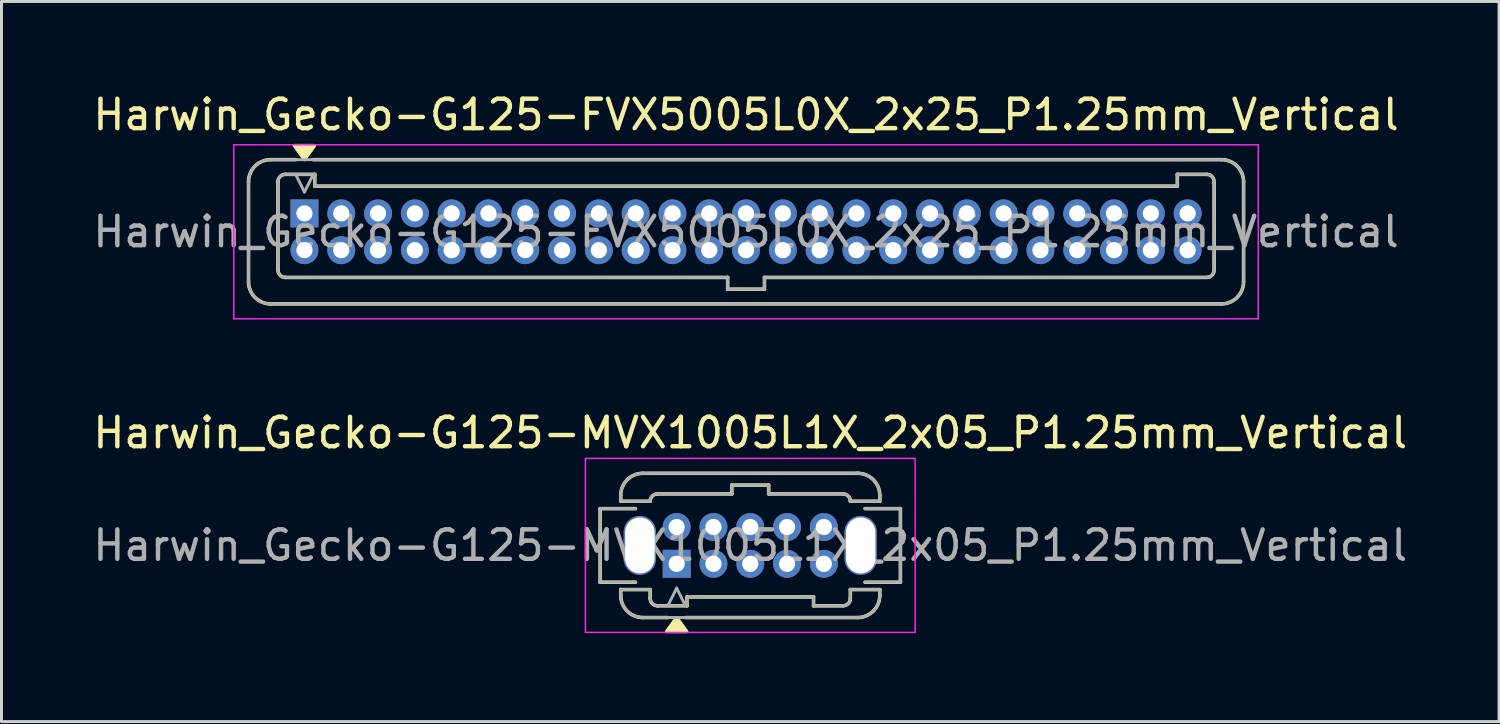
<source format=kicad_pcb>
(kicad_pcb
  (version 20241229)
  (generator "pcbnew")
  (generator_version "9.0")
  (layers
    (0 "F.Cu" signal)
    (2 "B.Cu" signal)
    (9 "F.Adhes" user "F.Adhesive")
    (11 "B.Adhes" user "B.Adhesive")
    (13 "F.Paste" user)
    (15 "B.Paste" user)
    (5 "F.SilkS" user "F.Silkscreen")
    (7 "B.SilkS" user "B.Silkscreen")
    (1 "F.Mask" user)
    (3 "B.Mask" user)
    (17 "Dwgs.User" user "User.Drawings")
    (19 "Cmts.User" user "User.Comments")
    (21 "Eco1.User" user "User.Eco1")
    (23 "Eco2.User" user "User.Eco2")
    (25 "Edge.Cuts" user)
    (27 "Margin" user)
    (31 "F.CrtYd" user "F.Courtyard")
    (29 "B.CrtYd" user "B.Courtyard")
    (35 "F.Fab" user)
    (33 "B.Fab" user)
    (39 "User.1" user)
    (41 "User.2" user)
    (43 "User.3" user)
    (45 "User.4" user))
  (footprint "Harwin_Gecko-G125-FVX5005L0X_2x25_P1.25mm_Vertical"
    (layer "F.Cu")
    (at 7.292 4.198)
    (property "Reference" "Harwin_Gecko-G125-FVX5005L0X_2x25_P1.25mm_Vertical" (at 15 -3.35 0) (layer "F.SilkS") (effects (font (size 1 1) (thickness 0.15))))
    (attr through_hole)
    (fp_line (start -1.9 -1.075) (end -1.9 2.325) (stroke (width 0.12) (type solid)) (layer "F.SilkS"))
    (fp_line (start -1.15 -1.825) (end -0.3 -1.825) (stroke (width 0.12) (type solid)) (layer "F.SilkS"))
    (fp_line (start -1.15 3.075) (end 31.15 3.075) (stroke (width 0.12) (type solid)) (layer "F.SilkS"))
    (fp_line (start -0.9 -1.075) (end -0.9 1.925) (stroke (width 0.12) (type solid)) (layer "F.SilkS"))
    (fp_line (start -0.65 -1.325) (end 0.35 -1.325) (stroke (width 0.12) (type solid)) (layer "F.SilkS"))
    (fp_line (start -0.65 2.175) (end 14.375 2.175) (stroke (width 0.12) (type solid)) (layer "F.SilkS"))
    (fp_line (start 0.3 -1.825) (end 31.15 -1.825) (stroke (width 0.12) (type solid)) (layer "F.SilkS"))
    (fp_line (start 0.35 -1.325) (end 0.35 -0.925) (stroke (width 0.12) (type solid)) (layer "F.SilkS"))
    (fp_line (start 0.35 -0.925) (end 29.65 -0.925) (stroke (width 0.12) (type solid)) (layer "F.SilkS"))
    (fp_line (start 14.375 2.175) (end 14.375 2.575) (stroke (width 0.12) (type solid)) (layer "F.SilkS"))
    (fp_line (start 14.375 2.575) (end 15.625 2.575) (stroke (width 0.12) (type solid)) (layer "F.SilkS"))
    (fp_line (start 15.625 2.175) (end 30.65 2.175) (stroke (width 0.12) (type solid)) (layer "F.SilkS"))
    (fp_line (start 15.625 2.575) (end 15.625 2.175) (stroke (width 0.12) (type solid)) (layer "F.SilkS"))
    (fp_line (start 29.65 -1.325) (end 30.65 -1.325) (stroke (width 0.12) (type solid)) (layer "F.SilkS"))
    (fp_line (start 29.65 -0.925) (end 29.65 -1.325) (stroke (width 0.12) (type solid)) (layer "F.SilkS"))
    (fp_line (start 30.9 -1.075) (end 30.9 1.925) (stroke (width 0.12) (type solid)) (layer "F.SilkS"))
    (fp_line (start 31.9 -1.075) (end 31.9 2.325) (stroke (width 0.12) (type solid)) (layer "F.SilkS"))
    (fp_arc (start -1.9 -1.075) (mid -1.68033 -1.60533) (end -1.15 -1.825) (stroke (width 0.12) (type solid)) (layer "F.SilkS"))
    (fp_arc (start -1.15 3.075) (mid -1.68033 2.85533) (end -1.9 2.325) (stroke (width 0.12) (type solid)) (layer "F.SilkS"))
    (fp_arc (start -0.9 -1.075) (mid -0.826777 -1.251777) (end -0.65 -1.325) (stroke (width 0.12) (type solid)) (layer "F.SilkS"))
    (fp_arc (start -0.65 2.175) (mid -0.826777 2.101777) (end -0.9 1.925) (stroke (width 0.12) (type solid)) (layer "F.SilkS"))
    (fp_arc (start 30.65 -1.325) (mid 30.826777 -1.251777) (end 30.9 -1.075) (stroke (width 0.12) (type solid)) (layer "F.SilkS"))
    (fp_arc (start 30.9 1.925) (mid 30.826777 2.101777) (end 30.65 2.175) (stroke (width 0.12) (type solid)) (layer "F.SilkS"))
    (fp_arc (start 31.15 -1.825) (mid 31.68033 -1.60533) (end 31.9 -1.075) (stroke (width 0.12) (type solid)) (layer "F.SilkS"))
    (fp_arc (start 31.9 2.325) (mid 31.68033 2.85533) (end 31.15 3.075) (stroke (width 0.12) (type solid)) (layer "F.SilkS"))
    (fp_poly (pts (xy 0 -1.83) (xy -0.34 -2.3) (xy 0.34 -2.3) (xy 0 -1.83)) (stroke (width 0.12) (type solid)) (fill yes) (layer "F.SilkS"))
    (fp_line (start -2.4 -2.33) (end -2.4 3.58) (stroke (width 0.05) (type solid)) (layer "F.CrtYd"))
    (fp_line (start -2.4 3.58) (end 32.4 3.58) (stroke (width 0.05) (type solid)) (layer "F.CrtYd"))
    (fp_line (start 32.4 -2.33) (end -2.4 -2.33) (stroke (width 0.05) (type solid)) (layer "F.CrtYd"))
    (fp_line (start 32.4 3.58) (end 32.4 -2.33) (stroke (width 0.05) (type solid)) (layer "F.CrtYd"))
    (fp_line (start -1.9 -1.075) (end -1.9 2.325) (stroke (width 0.1) (type solid)) (layer "F.Fab"))
    (fp_line (start -1.15 -1.825) (end 31.15 -1.825) (stroke (width 0.1) (type solid)) (layer "F.Fab"))
    (fp_line (start -1.15 3.075) (end 31.15 3.075) (stroke (width 0.1) (type solid)) (layer "F.Fab"))
    (fp_line (start -0.9 -1.075) (end -0.9 1.925) (stroke (width 0.1) (type solid)) (layer "F.Fab"))
    (fp_line (start -0.65 -1.325) (end 0.35 -1.325) (stroke (width 0.1) (type solid)) (layer "F.Fab"))
    (fp_line (start -0.65 2.175) (end 14.375 2.175) (stroke (width 0.1) (type solid)) (layer "F.Fab"))
    (fp_line (start 0 -0.725) (end -0.3 -1.325) (stroke (width 0.1) (type solid)) (layer "F.Fab"))
    (fp_line (start 0.3 -1.325) (end 0 -0.725) (stroke (width 0.1) (type solid)) (layer "F.Fab"))
    (fp_line (start 0.35 -1.325) (end 0.35 -0.925) (stroke (width 0.1) (type solid)) (layer "F.Fab"))
    (fp_line (start 0.35 -0.925) (end 29.65 -0.925) (stroke (width 0.1) (type solid)) (layer "F.Fab"))
    (fp_line (start 14.375 2.175) (end 14.375 2.575) (stroke (width 0.1) (type solid)) (layer "F.Fab"))
    (fp_line (start 14.375 2.575) (end 15.625 2.575) (stroke (width 0.1) (type solid)) (layer "F.Fab"))
    (fp_line (start 15.625 2.175) (end 30.65 2.175) (stroke (width 0.1) (type solid)) (layer "F.Fab"))
    (fp_line (start 15.625 2.575) (end 15.625 2.175) (stroke (width 0.1) (type solid)) (layer "F.Fab"))
    (fp_line (start 29.65 -1.325) (end 30.65 -1.325) (stroke (width 0.1) (type solid)) (layer "F.Fab"))
    (fp_line (start 29.65 -0.925) (end 29.65 -1.325) (stroke (width 0.1) (type solid)) (layer "F.Fab"))
    (fp_line (start 30.9 -1.075) (end 30.9 1.925) (stroke (width 0.1) (type solid)) (layer "F.Fab"))
    (fp_line (start 31.9 -1.075) (end 31.9 2.325) (stroke (width 0.1) (type solid)) (layer "F.Fab"))
    (fp_arc (start -1.9 -1.075) (mid -1.68033 -1.60533) (end -1.15 -1.825) (stroke (width 0.1) (type solid)) (layer "F.Fab"))
    (fp_arc (start -1.15 3.075) (mid -1.68033 2.85533) (end -1.9 2.325) (stroke (width 0.1) (type solid)) (layer "F.Fab"))
    (fp_arc (start -0.9 -1.075) (mid -0.826777 -1.251777) (end -0.65 -1.325) (stroke (width 0.1) (type solid)) (layer "F.Fab"))
    (fp_arc (start -0.65 2.175) (mid -0.826777 2.101777) (end -0.9 1.925) (stroke (width 0.1) (type solid)) (layer "F.Fab"))
    (fp_arc (start 30.65 -1.325) (mid 30.826777 -1.251777) (end 30.9 -1.075) (stroke (width 0.1) (type solid)) (layer "F.Fab"))
    (fp_arc (start 30.9 1.925) (mid 30.826777 2.101777) (end 30.65 2.175) (stroke (width 0.1) (type solid)) (layer "F.Fab"))
    (fp_arc (start 31.15 -1.825) (mid 31.68033 -1.60533) (end 31.9 -1.075) (stroke (width 0.1) (type solid)) (layer "F.Fab"))
    (fp_arc (start 31.9 2.325) (mid 31.68033 2.85533) (end 31.15 3.075) (stroke (width 0.1) (type solid)) (layer "F.Fab"))
    (fp_text user "${REFERENCE}" (at 15 0.625 0) (layer "F.Fab") (effects (font (size 1 1) (thickness 0.15))))
    (pad "1" thru_hole rect (at 0 0) (size 0.95 0.95) (drill 0.55) (layers "*.Cu" "*.Mask"))
    (pad "2" thru_hole circle (at 1.25 0) (size 0.95 0.95) (drill 0.55) (layers "*.Cu" "*.Mask"))
    (pad "3" thru_hole circle (at 2.5 0) (size 0.95 0.95) (drill 0.55) (layers "*.Cu" "*.Mask"))
    (pad "4" thru_hole circle (at 3.75 0) (size 0.95 0.95) (drill 0.55) (layers "*.Cu" "*.Mask"))
    (pad "5" thru_hole circle (at 5 0) (size 0.95 0.95) (drill 0.55) (layers "*.Cu" "*.Mask"))
    (pad "6" thru_hole circle (at 6.25 0) (size 0.95 0.95) (drill 0.55) (layers "*.Cu" "*.Mask"))
    (pad "7" thru_hole circle (at 7.5 0) (size 0.95 0.95) (drill 0.55) (layers "*.Cu" "*.Mask"))
    (pad "8" thru_hole circle (at 8.75 0) (size 0.95 0.95) (drill 0.55) (layers "*.Cu" "*.Mask"))
    (pad "9" thru_hole circle (at 10 0) (size 0.95 0.95) (drill 0.55) (layers "*.Cu" "*.Mask"))
    (pad "10" thru_hole circle (at 11.25 0) (size 0.95 0.95) (drill 0.55) (layers "*.Cu" "*.Mask"))
    (pad "11" thru_hole circle (at 12.5 0) (size 0.95 0.95) (drill 0.55) (layers "*.Cu" "*.Mask"))
    (pad "12" thru_hole circle (at 13.75 0) (size 0.95 0.95) (drill 0.55) (layers "*.Cu" "*.Mask"))
    (pad "13" thru_hole circle (at 15 0) (size 0.95 0.95) (drill 0.55) (layers "*.Cu" "*.Mask"))
    (pad "14" thru_hole circle (at 16.25 0) (size 0.95 0.95) (drill 0.55) (layers "*.Cu" "*.Mask"))
    (pad "15" thru_hole circle (at 17.5 0) (size 0.95 0.95) (drill 0.55) (layers "*.Cu" "*.Mask"))
    (pad "16" thru_hole circle (at 18.75 0) (size 0.95 0.95) (drill 0.55) (layers "*.Cu" "*.Mask"))
    (pad "17" thru_hole circle (at 20 0) (size 0.95 0.95) (drill 0.55) (layers "*.Cu" "*.Mask"))
    (pad "18" thru_hole circle (at 21.25 0) (size 0.95 0.95) (drill 0.55) (layers "*.Cu" "*.Mask"))
    (pad "19" thru_hole circle (at 22.5 0) (size 0.95 0.95) (drill 0.55) (layers "*.Cu" "*.Mask"))
    (pad "20" thru_hole circle (at 23.75 0) (size 0.95 0.95) (drill 0.55) (layers "*.Cu" "*.Mask"))
    (pad "21" thru_hole circle (at 25 0) (size 0.95 0.95) (drill 0.55) (layers "*.Cu" "*.Mask"))
    (pad "22" thru_hole circle (at 26.25 0) (size 0.95 0.95) (drill 0.55) (layers "*.Cu" "*.Mask"))
    (pad "23" thru_hole circle (at 27.5 0) (size 0.95 0.95) (drill 0.55) (layers "*.Cu" "*.Mask"))
    (pad "24" thru_hole circle (at 28.75 0) (size 0.95 0.95) (drill 0.55) (layers "*.Cu" "*.Mask"))
    (pad "25" thru_hole circle (at 30 0) (size 0.95 0.95) (drill 0.55) (layers "*.Cu" "*.Mask"))
    (pad "26" thru_hole circle (at 0 1.25) (size 0.95 0.95) (drill 0.55) (layers "*.Cu" "*.Mask"))
    (pad "27" thru_hole circle (at 1.25 1.25) (size 0.95 0.95) (drill 0.55) (layers "*.Cu" "*.Mask"))
    (pad "28" thru_hole circle (at 2.5 1.25) (size 0.95 0.95) (drill 0.55) (layers "*.Cu" "*.Mask"))
    (pad "29" thru_hole circle (at 3.75 1.25) (size 0.95 0.95) (drill 0.55) (layers "*.Cu" "*.Mask"))
    (pad "30" thru_hole circle (at 5 1.25) (size 0.95 0.95) (drill 0.55) (layers "*.Cu" "*.Mask"))
    (pad "31" thru_hole circle (at 6.25 1.25) (size 0.95 0.95) (drill 0.55) (layers "*.Cu" "*.Mask"))
    (pad "32" thru_hole circle (at 7.5 1.25) (size 0.95 0.95) (drill 0.55) (layers "*.Cu" "*.Mask"))
    (pad "33" thru_hole circle (at 8.75 1.25) (size 0.95 0.95) (drill 0.55) (layers "*.Cu" "*.Mask"))
    (pad "34" thru_hole circle (at 10 1.25) (size 0.95 0.95) (drill 0.55) (layers "*.Cu" "*.Mask"))
    (pad "35" thru_hole circle (at 11.25 1.25) (size 0.95 0.95) (drill 0.55) (layers "*.Cu" "*.Mask"))
    (pad "36" thru_hole circle (at 12.5 1.25) (size 0.95 0.95) (drill 0.55) (layers "*.Cu" "*.Mask"))
    (pad "37" thru_hole circle (at 13.75 1.25) (size 0.95 0.95) (drill 0.55) (layers "*.Cu" "*.Mask"))
    (pad "38" thru_hole circle (at 15 1.25) (size 0.95 0.95) (drill 0.55) (layers "*.Cu" "*.Mask"))
    (pad "39" thru_hole circle (at 16.25 1.25) (size 0.95 0.95) (drill 0.55) (layers "*.Cu" "*.Mask"))
    (pad "40" thru_hole circle (at 17.5 1.25) (size 0.95 0.95) (drill 0.55) (layers "*.Cu" "*.Mask"))
    (pad "41" thru_hole circle (at 18.75 1.25) (size 0.95 0.95) (drill 0.55) (layers "*.Cu" "*.Mask"))
    (pad "42" thru_hole circle (at 20 1.25) (size 0.95 0.95) (drill 0.55) (layers "*.Cu" "*.Mask"))
    (pad "43" thru_hole circle (at 21.25 1.25) (size 0.95 0.95) (drill 0.55) (layers "*.Cu" "*.Mask"))
    (pad "44" thru_hole circle (at 22.5 1.25) (size 0.95 0.95) (drill 0.55) (layers "*.Cu" "*.Mask"))
    (pad "45" thru_hole circle (at 23.75 1.25) (size 0.95 0.95) (drill 0.55) (layers "*.Cu" "*.Mask"))
    (pad "46" thru_hole circle (at 25 1.25) (size 0.95 0.95) (drill 0.55) (layers "*.Cu" "*.Mask"))
    (pad "47" thru_hole circle (at 26.25 1.25) (size 0.95 0.95) (drill 0.55) (layers "*.Cu" "*.Mask"))
    (pad "48" thru_hole circle (at 27.5 1.25) (size 0.95 0.95) (drill 0.55) (layers "*.Cu" "*.Mask"))
    (pad "49" thru_hole circle (at 28.75 1.25) (size 0.95 0.95) (drill 0.55) (layers "*.Cu" "*.Mask"))
    (pad "50" thru_hole circle (at 30 1.25) (size 0.95 0.95) (drill 0.55) (layers "*.Cu" "*.Mask")))
  (footprint "Harwin_Gecko-G125-MVX1005L1X_2x05_P1.25mm_Vertical"
    (layer "F.Cu")
    (at 19.935 16.102)
    (property "Reference" "Harwin_Gecko-G125-MVX1005L1X_2x05_P1.25mm_Vertical" (at 2.5 -4.45 0) (layer "F.SilkS") (effects (font (size 1 1) (thickness 0.15))))
    (attr through_hole)
    (fp_line (start -2.6 -1.875) (end -2.6 0.625) (stroke (width 0.12) (type solid)) (layer "F.SilkS"))
    (fp_line (start -2.6 0.625) (end -1.4 0.625) (stroke (width 0.12) (type solid)) (layer "F.SilkS"))
    (fp_line (start -1.9 -2.325) (end -1.9 -2.125) (stroke (width 0.12) (type solid)) (layer "F.SilkS"))
    (fp_line (start -1.9 -2.125) (end -0.9 -2.125) (stroke (width 0.12) (type solid)) (layer "F.SilkS"))
    (fp_line (start -1.9 0.875) (end -0.9 0.875) (stroke (width 0.12) (type solid)) (layer "F.SilkS"))
    (fp_line (start -1.9 1.075) (end -1.9 0.875) (stroke (width 0.12) (type solid)) (layer "F.SilkS"))
    (fp_line (start -1.4 -1.875) (end -2.6 -1.875) (stroke (width 0.12) (type solid)) (layer "F.SilkS"))
    (fp_line (start -1.15 -3.075) (end 6.15 -3.075) (stroke (width 0.12) (type solid)) (layer "F.SilkS"))
    (fp_line (start -1.15 1.825) (end -0.3 1.825) (stroke (width 0.12) (type solid)) (layer "F.SilkS"))
    (fp_line (start -0.9 1.175) (end -0.9 0.875) (stroke (width 0.12) (type solid)) (layer "F.SilkS"))
    (fp_line (start -0.65 -2.375) (end 1.875 -2.375) (stroke (width 0.12) (type solid)) (layer "F.SilkS"))
    (fp_line (start -0.65 1.425) (end 0.35 1.425) (stroke (width 0.12) (type solid)) (layer "F.SilkS"))
    (fp_line (start 0.3 1.825) (end 6.15 1.825) (stroke (width 0.12) (type solid)) (layer "F.SilkS"))
    (fp_line (start 0.35 1.125) (end 4.65 1.125) (stroke (width 0.12) (type solid)) (layer "F.SilkS"))
    (fp_line (start 0.35 1.425) (end 0.35 1.125) (stroke (width 0.12) (type solid)) (layer "F.SilkS"))
    (fp_line (start 1.875 -2.675) (end 3.125 -2.675) (stroke (width 0.12) (type solid)) (layer "F.SilkS"))
    (fp_line (start 1.875 -2.375) (end 1.875 -2.675) (stroke (width 0.12) (type solid)) (layer "F.SilkS"))
    (fp_line (start 3.125 -2.675) (end 3.125 -2.375) (stroke (width 0.12) (type solid)) (layer "F.SilkS"))
    (fp_line (start 3.125 -2.375) (end 5.65 -2.375) (stroke (width 0.12) (type solid)) (layer "F.SilkS"))
    (fp_line (start 4.65 1.125) (end 4.65 1.425) (stroke (width 0.12) (type solid)) (layer "F.SilkS"))
    (fp_line (start 4.65 1.425) (end 5.65 1.425) (stroke (width 0.12) (type solid)) (layer "F.SilkS"))
    (fp_line (start 5.9 1.175) (end 5.9 0.875) (stroke (width 0.12) (type solid)) (layer "F.SilkS"))
    (fp_line (start 6.4 -1.875) (end 7.6 -1.875) (stroke (width 0.12) (type solid)) (layer "F.SilkS"))
    (fp_line (start 6.9 -2.325) (end 6.9 -2.125) (stroke (width 0.12) (type solid)) (layer "F.SilkS"))
    (fp_line (start 6.9 -2.125) (end 5.9 -2.125) (stroke (width 0.12) (type solid)) (layer "F.SilkS"))
    (fp_line (start 6.9 0.875) (end 5.9 0.875) (stroke (width 0.12) (type solid)) (layer "F.SilkS"))
    (fp_line (start 6.9 1.075) (end 6.9 0.875) (stroke (width 0.12) (type solid)) (layer "F.SilkS"))
    (fp_line (start 7.6 -1.875) (end 7.6 0.625) (stroke (width 0.12) (type solid)) (layer "F.SilkS"))
    (fp_line (start 7.6 0.625) (end 6.4 0.625) (stroke (width 0.12) (type solid)) (layer "F.SilkS"))
    (fp_arc (start -1.9 -2.325) (mid -1.68033 -2.85533) (end -1.15 -3.075) (stroke (width 0.12) (type solid)) (layer "F.SilkS"))
    (fp_arc (start -1.15 1.825) (mid -1.68033 1.60533) (end -1.9 1.075) (stroke (width 0.12) (type solid)) (layer "F.SilkS"))
    (fp_arc (start -0.9 -2.125) (mid -0.826777 -2.301777) (end -0.65 -2.375) (stroke (width 0.12) (type solid)) (layer "F.SilkS"))
    (fp_arc (start -0.65 1.425) (mid -0.826777 1.351777) (end -0.9 1.175) (stroke (width 0.12) (type solid)) (layer "F.SilkS"))
    (fp_arc (start 5.65 -2.375) (mid 5.826777 -2.301777) (end 5.9 -2.125) (stroke (width 0.12) (type solid)) (layer "F.SilkS"))
    (fp_arc (start 5.9 1.175) (mid 5.826777 1.351777) (end 5.65 1.425) (stroke (width 0.12) (type solid)) (layer "F.SilkS"))
    (fp_arc (start 6.15 -3.075) (mid 6.68033 -2.85533) (end 6.9 -2.325) (stroke (width 0.12) (type solid)) (layer "F.SilkS"))
    (fp_arc (start 6.9 1.075) (mid 6.68033 1.60533) (end 6.15 1.825) (stroke (width 0.12) (type solid)) (layer "F.SilkS"))
    (fp_poly (pts (xy 0 1.83) (xy -0.34 2.3) (xy 0.34 2.3) (xy 0 1.83)) (stroke (width 0.12) (type solid)) (fill yes) (layer "F.SilkS"))
    (fp_line (start -3.1 -3.58) (end -3.1 2.33) (stroke (width 0.05) (type solid)) (layer "F.CrtYd"))
    (fp_line (start -3.1 2.33) (end 8.1 2.33) (stroke (width 0.05) (type solid)) (layer "F.CrtYd"))
    (fp_line (start 8.1 -3.58) (end -3.1 -3.58) (stroke (width 0.05) (type solid)) (layer "F.CrtYd"))
    (fp_line (start 8.1 -3.58) (end 8.1 2.33) (stroke (width 0.05) (type solid)) (layer "F.CrtYd"))
    (fp_line (start -2.6 -1.875) (end -2.6 0.625) (stroke (width 0.1) (type solid)) (layer "F.Fab"))
    (fp_line (start -2.6 0.625) (end -1.4 0.625) (stroke (width 0.1) (type solid)) (layer "F.Fab"))
    (fp_line (start -1.9 -2.325) (end -1.9 -2.125) (stroke (width 0.1) (type solid)) (layer "F.Fab"))
    (fp_line (start -1.9 -2.125) (end -0.9 -2.125) (stroke (width 0.1) (type solid)) (layer "F.Fab"))
    (fp_line (start -1.9 0.875) (end -0.9 0.875) (stroke (width 0.1) (type solid)) (layer "F.Fab"))
    (fp_line (start -1.9 1.075) (end -1.9 0.875) (stroke (width 0.1) (type solid)) (layer "F.Fab"))
    (fp_line (start -1.4 -1.875) (end -2.6 -1.875) (stroke (width 0.1) (type solid)) (layer "F.Fab"))
    (fp_line (start -1.15 -3.075) (end 6.15 -3.075) (stroke (width 0.1) (type solid)) (layer "F.Fab"))
    (fp_line (start -1.15 1.825) (end 6.15 1.825) (stroke (width 0.1) (type solid)) (layer "F.Fab"))
    (fp_line (start -0.9 1.175) (end -0.9 0.875) (stroke (width 0.1) (type solid)) (layer "F.Fab"))
    (fp_line (start -0.65 -2.375) (end 1.875 -2.375) (stroke (width 0.1) (type solid)) (layer "F.Fab"))
    (fp_line (start -0.65 1.425) (end 0.35 1.425) (stroke (width 0.1) (type solid)) (layer "F.Fab"))
    (fp_line (start 0 0.825) (end -0.3 1.425) (stroke (width 0.1) (type solid)) (layer "F.Fab"))
    (fp_line (start 0.3 1.425) (end 0 0.825) (stroke (width 0.1) (type solid)) (layer "F.Fab"))
    (fp_line (start 0.35 1.125) (end 4.65 1.125) (stroke (width 0.1) (type solid)) (layer "F.Fab"))
    (fp_line (start 0.35 1.425) (end 0.35 1.125) (stroke (width 0.1) (type solid)) (layer "F.Fab"))
    (fp_line (start 1.875 -2.675) (end 3.125 -2.675) (stroke (width 0.1) (type solid)) (layer "F.Fab"))
    (fp_line (start 1.875 -2.375) (end 1.875 -2.675) (stroke (width 0.1) (type solid)) (layer "F.Fab"))
    (fp_line (start 3.125 -2.675) (end 3.125 -2.375) (stroke (width 0.1) (type solid)) (layer "F.Fab"))
    (fp_line (start 3.125 -2.375) (end 5.65 -2.375) (stroke (width 0.1) (type solid)) (layer "F.Fab"))
    (fp_line (start 4.65 1.125) (end 4.65 1.425) (stroke (width 0.1) (type solid)) (layer "F.Fab"))
    (fp_line (start 4.65 1.425) (end 5.65 1.425) (stroke (width 0.1) (type solid)) (layer "F.Fab"))
    (fp_line (start 5.9 1.175) (end 5.9 0.875) (stroke (width 0.1) (type solid)) (layer "F.Fab"))
    (fp_line (start 6.4 -1.875) (end 7.6 -1.875) (stroke (width 0.1) (type solid)) (layer "F.Fab"))
    (fp_line (start 6.9 -2.325) (end 6.9 -2.125) (stroke (width 0.1) (type solid)) (layer "F.Fab"))
    (fp_line (start 6.9 -2.125) (end 5.9 -2.125) (stroke (width 0.1) (type solid)) (layer "F.Fab"))
    (fp_line (start 6.9 0.875) (end 5.9 0.875) (stroke (width 0.1) (type solid)) (layer "F.Fab"))
    (fp_line (start 6.9 1.075) (end 6.9 0.875) (stroke (width 0.1) (type solid)) (layer "F.Fab"))
    (fp_line (start 7.6 -1.875) (end 7.6 0.625) (stroke (width 0.1) (type solid)) (layer "F.Fab"))
    (fp_line (start 7.6 0.625) (end 6.4 0.625) (stroke (width 0.1) (type solid)) (layer "F.Fab"))
    (fp_arc (start -1.9 -2.325) (mid -1.68033 -2.85533) (end -1.15 -3.075) (stroke (width 0.1) (type solid)) (layer "F.Fab"))
    (fp_arc (start -1.15 1.825) (mid -1.68033 1.60533) (end -1.9 1.075) (stroke (width 0.1) (type solid)) (layer "F.Fab"))
    (fp_arc (start -0.9 -2.125) (mid -0.826777 -2.301777) (end -0.65 -2.375) (stroke (width 0.1) (type solid)) (layer "F.Fab"))
    (fp_arc (start -0.65 1.425) (mid -0.826777 1.351777) (end -0.9 1.175) (stroke (width 0.1) (type solid)) (layer "F.Fab"))
    (fp_arc (start 5.65 -2.375) (mid 5.826777 -2.301777) (end 5.9 -2.125) (stroke (width 0.1) (type solid)) (layer "F.Fab"))
    (fp_arc (start 5.9 1.175) (mid 5.826777 1.351777) (end 5.65 1.425) (stroke (width 0.1) (type solid)) (layer "F.Fab"))
    (fp_arc (start 6.15 -3.075) (mid 6.68033 -2.85533) (end 6.9 -2.325) (stroke (width 0.1) (type solid)) (layer "F.Fab"))
    (fp_arc (start 6.9 1.075) (mid 6.68033 1.60533) (end 6.15 1.825) (stroke (width 0.1) (type solid)) (layer "F.Fab"))
    (fp_text user "${REFERENCE}" (at 2.5 -0.625 0) (layer "F.Fab") (effects (font (size 1 1) (thickness 0.15))))
    (pad "" np_thru_hole oval (at -1.25 -0.625) (size 1.1 2) (drill oval 1 1.9) (layers "*.Cu" "*.Mask"))
    (pad "" np_thru_hole oval (at 6.25 -0.625) (size 1.1 2) (drill oval 1 1.9) (layers "*.Cu" "*.Mask"))
    (pad "1" thru_hole rect (at 0 0) (size 0.95 0.95) (drill 0.55) (layers "*.Cu" "*.Mask"))
    (pad "2" thru_hole circle (at 1.25 0) (size 0.95 0.95) (drill 0.55) (layers "*.Cu" "*.Mask"))
    (pad "3" thru_hole circle (at 2.5 0) (size 0.95 0.95) (drill 0.55) (layers "*.Cu" "*.Mask"))
    (pad "4" thru_hole circle (at 3.75 0) (size 0.95 0.95) (drill 0.55) (layers "*.Cu" "*.Mask"))
    (pad "5" thru_hole circle (at 5 0) (size 0.95 0.95) (drill 0.55) (layers "*.Cu" "*.Mask"))
    (pad "6" thru_hole circle (at 0 -1.25) (size 0.95 0.95) (drill 0.55) (layers "*.Cu" "*.Mask"))
    (pad "7" thru_hole circle (at 1.25 -1.25) (size 0.95 0.95) (drill 0.55) (layers "*.Cu" "*.Mask"))
    (pad "8" thru_hole circle (at 2.5 -1.25) (size 0.95 0.95) (drill 0.55) (layers "*.Cu" "*.Mask"))
    (pad "9" thru_hole circle (at 3.75 -1.25) (size 0.95 0.95) (drill 0.55) (layers "*.Cu" "*.Mask"))
    (pad "10" thru_hole circle (at 5 -1.25) (size 0.95 0.95) (drill 0.55) (layers "*.Cu" "*.Mask")))
  (gr_rect
    (start -3 -3)
    (end 47.869 21.462)
    (stroke (width 0.1) (type default))
    (fill no)
    (layer "Edge.Cuts")))
</source>
